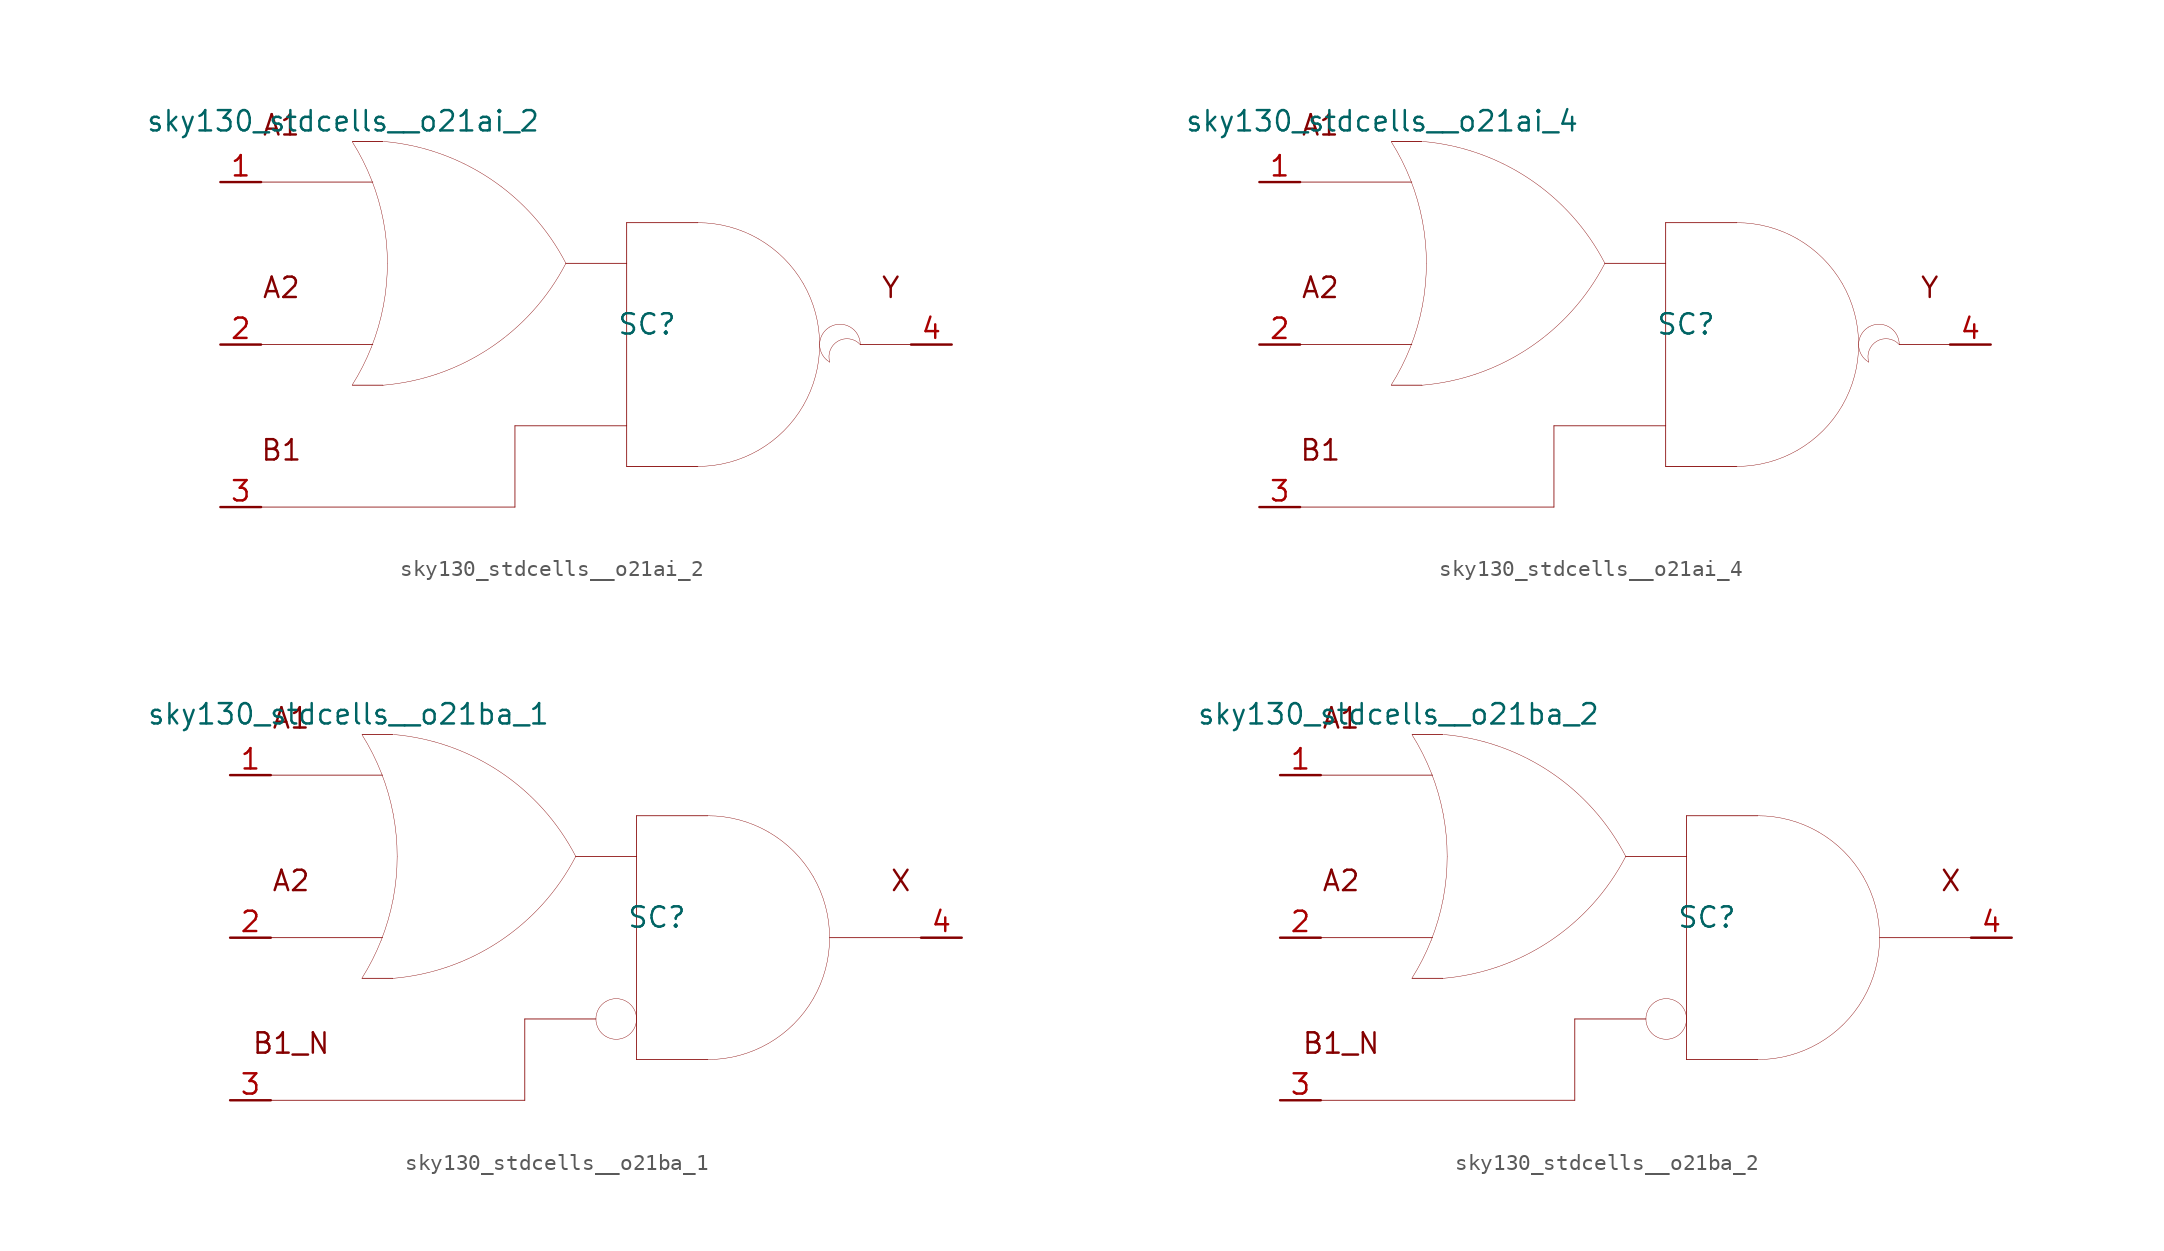
<source format=kicad_sym>
(kicad_symbol_lib
  (version 20211014)
  (generator kicad_symbol_editor)
  (symbol "sky130_stdcells__o21ai_2"
    (pin_names hide)
    (property "Reference" "SC"
      (at 3.81 1.27 0)
      (effects (font (size 1.27 1.27))))
    (property "Value" "sky130_stdcells__o21ai_2"
      (at -2.845 13.97 0)
      (effects (font (size 1.27 1.27)) (justify right)))
    (symbol "sky130_stdcells__o21ai_2_0_0"
      (arc (start -14.6255 -2.5342) (mid -13.968 -1.378) (end -13.4212 -0.1656) (stroke (width 0.0254) (type default) (color 0 0 0 0)) (fill (type none)))
      (arc (start -13.4212 -0.1656) (mid -12.9863 1.1045) (end -12.673 2.4099) (stroke (width 0.0254) (type default) (color 0 0 0 0)) (fill (type none)))
      (arc (start -13.403 10.2793) (mid -13.9512 11.5048) (end -14.6123 12.6732) (stroke (width 0.0254) (type default) (color 0 0 0 0)) (fill (type none)))
      (arc (start -12.705 -2.5431) (mid -6.011 -0.2186) (end -1.2741 5.0516) (stroke (width 0.0254) (type default) (color 0 0 0 0)) (fill (type none)))
      (arc (start -12.673 2.4099) (mid -12.4838 3.739) (end -12.4206 5.08) (stroke (width 0.0254) (type default) (color 0 0 0 0)) (fill (type none)))
      (arc (start -12.6684 7.7256) (mid -12.9761 9.0196) (end -13.403 10.2793) (stroke (width 0.0254) (type default) (color 0 0 0 0)) (fill (type none)))
      (arc (start -12.4206 5.08) (mid -12.4827 6.4086) (end -12.6684 7.7256) (stroke (width 0.0254) (type default) (color 0 0 0 0)) (fill (type none)))
      (arc (start -1.2513 5.0644) (mid -5.9698 10.351) (end -12.6556 12.6989) (stroke (width 0.0254) (type default) (color 0 0 0 0)) (fill (type none)))
      (polyline (pts (xy -20.32 -10.16) (xy -4.445 -10.16)) (stroke (width 0.051) (type default) (color 0 0 0 0)) (fill (type none)))
      (polyline (pts (xy -20.32 0) (xy -13.335 0)) (stroke (width 0.051) (type default) (color 0 0 0 0)) (fill (type none)))
      (polyline (pts (xy -20.32 10.16) (xy -13.335 10.16)) (stroke (width 0.051) (type default) (color 0 0 0 0)) (fill (type none)))
      (polyline (pts (xy -14.605 -2.54) (xy -12.7 -2.54)) (stroke (width 0.051) (type default) (color 0 0 0 0)) (fill (type none)))
      (polyline (pts (xy -14.605 12.7) (xy -12.7 12.7)) (stroke (width 0.051) (type default) (color 0 0 0 0)) (fill (type none)))
      (polyline (pts (xy -4.445 -5.08) (xy -4.445 -10.16)) (stroke (width 0.051) (type default) (color 0 0 0 0)) (fill (type none)))
      (polyline (pts (xy -4.445 -5.08) (xy 2.54 -5.08)) (stroke (width 0.051) (type default) (color 0 0 0 0)) (fill (type none)))
      (polyline (pts (xy -1.27 5.08) (xy 2.54 5.08)) (stroke (width 0.051) (type default) (color 0 0 0 0)) (fill (type none)))
      (polyline (pts (xy 2.54 -7.62) (xy 6.985 -7.62)) (stroke (width 0.051) (type default) (color 0 0 0 0)) (fill (type none)))
      (polyline (pts (xy 2.54 7.62) (xy 2.54 -7.62)) (stroke (width 0.051) (type default) (color 0 0 0 0)) (fill (type none)))
      (polyline (pts (xy 2.54 7.62) (xy 6.985 7.62)) (stroke (width 0.051) (type default) (color 0 0 0 0)) (fill (type none)))
      (polyline (pts (xy 17.145 0) (xy 20.32 0)) (stroke (width 0.051) (type default) (color 0 0 0 0)) (fill (type none)))
      (arc (start 6.985 -7.62) (mid 8.9572 -7.3604) (end 10.795 -6.5991) (stroke (width 0.0254) (type default) (color 0 0 0 0)) (fill (type none)))
      (arc (start 10.795 -6.5991) (mid 12.3731 -5.3881) (end 13.5841 -3.81) (stroke (width 0.0254) (type default) (color 0 0 0 0)) (fill (type none)))
      (arc (start 10.795 6.5991) (mid 8.9572 7.3603) (end 6.985 7.62) (stroke (width 0.0254) (type default) (color 0 0 0 0)) (fill (type none)))
      (arc (start 13.5841 -3.81) (mid 14.3453 -1.9722) (end 14.605 0) (stroke (width 0.0254) (type default) (color 0 0 0 0)) (fill (type none)))
      (arc (start 13.5841 3.81) (mid 12.3731 5.3881) (end 10.795 6.5991) (stroke (width 0.0254) (type default) (color 0 0 0 0)) (fill (type none)))
      (arc (start 14.605 0) (mid 14.3454 1.9722) (end 13.5841 3.81) (stroke (width 0.0254) (type default) (color 0 0 0 0)) (fill (type none)))
      (arc (start 15.24 1.0999) (mid 14.605 0) (end 15.24 -1.0999) (stroke (width 0.0254) (type default) (color 0 0 0 0)) (fill (type none)))
      (arc (start 17.145 0) (mid 15.2881 0.4743) (end 15.24 -1.0999) (stroke (width 0.0254) (type default) (color 0 0 0 0)) (fill (type none)))
      (arc (start 17.145 0) (mid 16.51 1.0998) (end 15.24 1.0999) (stroke (width 0.0254) (type default) (color 0 0 0 0)) (fill (type none)))
      (text "A1" (at -19.05 13.716 0) (effects (font (size 1.27 1.27))))
      (text "A2" (at -19.05 3.556 0) (effects (font (size 1.27 1.27))))
      (text "B1" (at -19.05 -6.604 0) (effects (font (size 1.27 1.27))))
      (text "Y" (at 19.05 3.556 0) (effects (font (size 1.27 1.27)))))
    (symbol "sky130_stdcells__o21ai_2_1_1"
      (pin input line (at -22.86 10.16 0) (length 2.54) (name "A1" (effects (font (size 1.092 1.092)))) (number "1" (effects (font (size 1.27 1.27)))))
      (pin input line (at -22.86 0 0) (length 2.54) (name "A2" (effects (font (size 1.092 1.092)))) (number "2" (effects (font (size 1.27 1.27)))))
      (pin input line (at -22.86 -10.16 0) (length 2.54) (name "B1" (effects (font (size 1.092 1.092)))) (number "3" (effects (font (size 1.27 1.27)))))
      (pin output line (at 22.86 0 180) (length 2.54) (name "Y" (effects (font (size 1.092 1.092)))) (number "4" (effects (font (size 1.27 1.27)))))))
  (symbol "sky130_stdcells__o21ai_4"
    (pin_names hide)
    (property "Reference" "SC"
      (at 3.81 1.27 0)
      (effects (font (size 1.27 1.27))))
    (property "Value" "sky130_stdcells__o21ai_4"
      (at -2.845 13.97 0)
      (effects (font (size 1.27 1.27)) (justify right)))
    (symbol "sky130_stdcells__o21ai_4_0_0"
      (arc (start -14.6255 -2.5342) (mid -13.968 -1.378) (end -13.4212 -0.1656) (stroke (width 0.0254) (type default) (color 0 0 0 0)) (fill (type none)))
      (arc (start -13.4212 -0.1656) (mid -12.9863 1.1045) (end -12.673 2.4099) (stroke (width 0.0254) (type default) (color 0 0 0 0)) (fill (type none)))
      (arc (start -13.403 10.2793) (mid -13.9512 11.5048) (end -14.6123 12.6732) (stroke (width 0.0254) (type default) (color 0 0 0 0)) (fill (type none)))
      (arc (start -12.705 -2.5431) (mid -6.011 -0.2186) (end -1.2741 5.0516) (stroke (width 0.0254) (type default) (color 0 0 0 0)) (fill (type none)))
      (arc (start -12.673 2.4099) (mid -12.4838 3.739) (end -12.4206 5.08) (stroke (width 0.0254) (type default) (color 0 0 0 0)) (fill (type none)))
      (arc (start -12.6684 7.7256) (mid -12.9761 9.0196) (end -13.403 10.2793) (stroke (width 0.0254) (type default) (color 0 0 0 0)) (fill (type none)))
      (arc (start -12.4206 5.08) (mid -12.4827 6.4086) (end -12.6684 7.7256) (stroke (width 0.0254) (type default) (color 0 0 0 0)) (fill (type none)))
      (arc (start -1.2513 5.0644) (mid -5.9698 10.351) (end -12.6556 12.6989) (stroke (width 0.0254) (type default) (color 0 0 0 0)) (fill (type none)))
      (polyline (pts (xy -20.32 -10.16) (xy -4.445 -10.16)) (stroke (width 0.051) (type default) (color 0 0 0 0)) (fill (type none)))
      (polyline (pts (xy -20.32 0) (xy -13.335 0)) (stroke (width 0.051) (type default) (color 0 0 0 0)) (fill (type none)))
      (polyline (pts (xy -20.32 10.16) (xy -13.335 10.16)) (stroke (width 0.051) (type default) (color 0 0 0 0)) (fill (type none)))
      (polyline (pts (xy -14.605 -2.54) (xy -12.7 -2.54)) (stroke (width 0.051) (type default) (color 0 0 0 0)) (fill (type none)))
      (polyline (pts (xy -14.605 12.7) (xy -12.7 12.7)) (stroke (width 0.051) (type default) (color 0 0 0 0)) (fill (type none)))
      (polyline (pts (xy -4.445 -5.08) (xy -4.445 -10.16)) (stroke (width 0.051) (type default) (color 0 0 0 0)) (fill (type none)))
      (polyline (pts (xy -4.445 -5.08) (xy 2.54 -5.08)) (stroke (width 0.051) (type default) (color 0 0 0 0)) (fill (type none)))
      (polyline (pts (xy -1.27 5.08) (xy 2.54 5.08)) (stroke (width 0.051) (type default) (color 0 0 0 0)) (fill (type none)))
      (polyline (pts (xy 2.54 -7.62) (xy 6.985 -7.62)) (stroke (width 0.051) (type default) (color 0 0 0 0)) (fill (type none)))
      (polyline (pts (xy 2.54 7.62) (xy 2.54 -7.62)) (stroke (width 0.051) (type default) (color 0 0 0 0)) (fill (type none)))
      (polyline (pts (xy 2.54 7.62) (xy 6.985 7.62)) (stroke (width 0.051) (type default) (color 0 0 0 0)) (fill (type none)))
      (polyline (pts (xy 17.145 0) (xy 20.32 0)) (stroke (width 0.051) (type default) (color 0 0 0 0)) (fill (type none)))
      (arc (start 6.985 -7.62) (mid 8.9572 -7.3604) (end 10.795 -6.5991) (stroke (width 0.0254) (type default) (color 0 0 0 0)) (fill (type none)))
      (arc (start 10.795 -6.5991) (mid 12.3731 -5.3881) (end 13.5841 -3.81) (stroke (width 0.0254) (type default) (color 0 0 0 0)) (fill (type none)))
      (arc (start 10.795 6.5991) (mid 8.9572 7.3603) (end 6.985 7.62) (stroke (width 0.0254) (type default) (color 0 0 0 0)) (fill (type none)))
      (arc (start 13.5841 -3.81) (mid 14.3453 -1.9722) (end 14.605 0) (stroke (width 0.0254) (type default) (color 0 0 0 0)) (fill (type none)))
      (arc (start 13.5841 3.81) (mid 12.3731 5.3881) (end 10.795 6.5991) (stroke (width 0.0254) (type default) (color 0 0 0 0)) (fill (type none)))
      (arc (start 14.605 0) (mid 14.3454 1.9722) (end 13.5841 3.81) (stroke (width 0.0254) (type default) (color 0 0 0 0)) (fill (type none)))
      (arc (start 15.24 1.0999) (mid 14.605 0) (end 15.24 -1.0999) (stroke (width 0.0254) (type default) (color 0 0 0 0)) (fill (type none)))
      (arc (start 17.145 0) (mid 15.2881 0.4743) (end 15.24 -1.0999) (stroke (width 0.0254) (type default) (color 0 0 0 0)) (fill (type none)))
      (arc (start 17.145 0) (mid 16.51 1.0998) (end 15.24 1.0999) (stroke (width 0.0254) (type default) (color 0 0 0 0)) (fill (type none)))
      (text "A1" (at -19.05 13.716 0) (effects (font (size 1.27 1.27))))
      (text "A2" (at -19.05 3.556 0) (effects (font (size 1.27 1.27))))
      (text "B1" (at -19.05 -6.604 0) (effects (font (size 1.27 1.27))))
      (text "Y" (at 19.05 3.556 0) (effects (font (size 1.27 1.27)))))
    (symbol "sky130_stdcells__o21ai_4_1_1"
      (pin input line (at -22.86 10.16 0) (length 2.54) (name "A1" (effects (font (size 1.092 1.092)))) (number "1" (effects (font (size 1.27 1.27)))))
      (pin input line (at -22.86 0 0) (length 2.54) (name "A2" (effects (font (size 1.092 1.092)))) (number "2" (effects (font (size 1.27 1.27)))))
      (pin input line (at -22.86 -10.16 0) (length 2.54) (name "B1" (effects (font (size 1.092 1.092)))) (number "3" (effects (font (size 1.27 1.27)))))
      (pin output line (at 22.86 0 180) (length 2.54) (name "Y" (effects (font (size 1.092 1.092)))) (number "4" (effects (font (size 1.27 1.27)))))))
  (symbol "sky130_stdcells__o21ba_1"
    (pin_names hide)
    (property "Reference" "SC"
      (at 3.81 1.27 0)
      (effects (font (size 1.27 1.27))))
    (property "Value" "sky130_stdcells__o21ba_1"
      (at -2.845 13.97 0)
      (effects (font (size 1.27 1.27)) (justify right)))
    (symbol "sky130_stdcells__o21ba_1_0_0"
      (arc (start -14.6255 -2.5342) (mid -13.968 -1.378) (end -13.4212 -0.1656) (stroke (width 0.0254) (type default) (color 0 0 0 0)) (fill (type none)))
      (arc (start -13.4212 -0.1656) (mid -12.9863 1.1045) (end -12.673 2.4099) (stroke (width 0.0254) (type default) (color 0 0 0 0)) (fill (type none)))
      (arc (start -13.403 10.2793) (mid -13.9512 11.5048) (end -14.6123 12.6732) (stroke (width 0.0254) (type default) (color 0 0 0 0)) (fill (type none)))
      (arc (start -12.705 -2.5431) (mid -6.011 -0.2186) (end -1.2741 5.0516) (stroke (width 0.0254) (type default) (color 0 0 0 0)) (fill (type none)))
      (arc (start -12.673 2.4099) (mid -12.4838 3.739) (end -12.4206 5.08) (stroke (width 0.0254) (type default) (color 0 0 0 0)) (fill (type none)))
      (arc (start -12.6684 7.7256) (mid -12.9761 9.0196) (end -13.403 10.2793) (stroke (width 0.0254) (type default) (color 0 0 0 0)) (fill (type none)))
      (arc (start -12.4206 5.08) (mid -12.4827 6.4086) (end -12.6684 7.7256) (stroke (width 0.0254) (type default) (color 0 0 0 0)) (fill (type none)))
      (arc (start -1.2513 5.0644) (mid -5.9698 10.351) (end -12.6556 12.6989) (stroke (width 0.0254) (type default) (color 0 0 0 0)) (fill (type none)))
      (polyline (pts (xy -20.32 -10.16) (xy -4.445 -10.16)) (stroke (width 0.051) (type default) (color 0 0 0 0)) (fill (type none)))
      (polyline (pts (xy -20.32 0) (xy -13.335 0)) (stroke (width 0.051) (type default) (color 0 0 0 0)) (fill (type none)))
      (polyline (pts (xy -20.32 10.16) (xy -13.335 10.16)) (stroke (width 0.051) (type default) (color 0 0 0 0)) (fill (type none)))
      (polyline (pts (xy -14.605 -2.54) (xy -12.7 -2.54)) (stroke (width 0.051) (type default) (color 0 0 0 0)) (fill (type none)))
      (polyline (pts (xy -14.605 12.7) (xy -12.7 12.7)) (stroke (width 0.051) (type default) (color 0 0 0 0)) (fill (type none)))
      (polyline (pts (xy -4.445 -5.08) (xy -4.445 -10.16)) (stroke (width 0.051) (type default) (color 0 0 0 0)) (fill (type none)))
      (polyline (pts (xy -4.445 -5.08) (xy 0 -5.08)) (stroke (width 0.051) (type default) (color 0 0 0 0)) (fill (type none)))
      (polyline (pts (xy -1.27 5.08) (xy 2.54 5.08)) (stroke (width 0.051) (type default) (color 0 0 0 0)) (fill (type none)))
      (polyline (pts (xy 2.54 -7.62) (xy 6.985 -7.62)) (stroke (width 0.051) (type default) (color 0 0 0 0)) (fill (type none)))
      (polyline (pts (xy 2.54 7.62) (xy 2.54 -7.62)) (stroke (width 0.051) (type default) (color 0 0 0 0)) (fill (type none)))
      (polyline (pts (xy 2.54 7.62) (xy 6.985 7.62)) (stroke (width 0.051) (type default) (color 0 0 0 0)) (fill (type none)))
      (polyline (pts (xy 14.605 0) (xy 20.32 0)) (stroke (width 0.051) (type default) (color 0 0 0 0)) (fill (type none)))
      (arc (start 0.635 -6.1799) (mid 1.905 -6.1799) (end 2.54 -5.08) (stroke (width 0.0254) (type default) (color 0 0 0 0)) (fill (type none)))
      (arc (start 0.635 -3.9801) (mid 0 -5.08) (end 0.635 -6.1799) (stroke (width 0.0254) (type default) (color 0 0 0 0)) (fill (type none)))
      (arc (start 2.54 -5.08) (mid 1.905 -3.9802) (end 0.635 -3.9801) (stroke (width 0.0254) (type default) (color 0 0 0 0)) (fill (type none)))
      (arc (start 6.985 -7.62) (mid 8.9572 -7.3604) (end 10.795 -6.5991) (stroke (width 0.0254) (type default) (color 0 0 0 0)) (fill (type none)))
      (arc (start 10.795 -6.5991) (mid 12.3731 -5.3881) (end 13.5841 -3.81) (stroke (width 0.0254) (type default) (color 0 0 0 0)) (fill (type none)))
      (arc (start 10.795 6.5991) (mid 8.9572 7.3603) (end 6.985 7.62) (stroke (width 0.0254) (type default) (color 0 0 0 0)) (fill (type none)))
      (arc (start 13.5841 -3.81) (mid 14.3453 -1.9722) (end 14.605 0) (stroke (width 0.0254) (type default) (color 0 0 0 0)) (fill (type none)))
      (arc (start 13.5841 3.81) (mid 12.3731 5.3881) (end 10.795 6.5991) (stroke (width 0.0254) (type default) (color 0 0 0 0)) (fill (type none)))
      (arc (start 14.605 0) (mid 14.3454 1.9722) (end 13.5841 3.81) (stroke (width 0.0254) (type default) (color 0 0 0 0)) (fill (type none)))
      (text "A1" (at -19.05 13.716 0) (effects (font (size 1.27 1.27))))
      (text "A2" (at -19.05 3.556 0) (effects (font (size 1.27 1.27))))
      (text "B1_N" (at -19.05 -6.604 0) (effects (font (size 1.27 1.27))))
      (text "X" (at 19.05 3.556 0) (effects (font (size 1.27 1.27)))))
    (symbol "sky130_stdcells__o21ba_1_1_1"
      (pin input line (at -22.86 10.16 0) (length 2.54) (name "A1" (effects (font (size 1.092 1.092)))) (number "1" (effects (font (size 1.27 1.27)))))
      (pin input line (at -22.86 0 0) (length 2.54) (name "A2" (effects (font (size 1.092 1.092)))) (number "2" (effects (font (size 1.27 1.27)))))
      (pin input line (at -22.86 -10.16 0) (length 2.54) (name "B1_N" (effects (font (size 1.092 1.092)))) (number "3" (effects (font (size 1.27 1.27)))))
      (pin output line (at 22.86 0 180) (length 2.54) (name "X" (effects (font (size 1.092 1.092)))) (number "4" (effects (font (size 1.27 1.27)))))))
  (symbol "sky130_stdcells__o21ba_2"
    (pin_names hide)
    (property "Reference" "SC"
      (at 3.81 1.27 0)
      (effects (font (size 1.27 1.27))))
    (property "Value" "sky130_stdcells__o21ba_2"
      (at -2.845 13.97 0)
      (effects (font (size 1.27 1.27)) (justify right)))
    (symbol "sky130_stdcells__o21ba_2_0_0"
      (arc (start -14.6255 -2.5342) (mid -13.968 -1.378) (end -13.4212 -0.1656) (stroke (width 0.0254) (type default) (color 0 0 0 0)) (fill (type none)))
      (arc (start -13.4212 -0.1656) (mid -12.9863 1.1045) (end -12.673 2.4099) (stroke (width 0.0254) (type default) (color 0 0 0 0)) (fill (type none)))
      (arc (start -13.403 10.2793) (mid -13.9512 11.5048) (end -14.6123 12.6732) (stroke (width 0.0254) (type default) (color 0 0 0 0)) (fill (type none)))
      (arc (start -12.705 -2.5431) (mid -6.011 -0.2186) (end -1.2741 5.0516) (stroke (width 0.0254) (type default) (color 0 0 0 0)) (fill (type none)))
      (arc (start -12.673 2.4099) (mid -12.4838 3.739) (end -12.4206 5.08) (stroke (width 0.0254) (type default) (color 0 0 0 0)) (fill (type none)))
      (arc (start -12.6684 7.7256) (mid -12.9761 9.0196) (end -13.403 10.2793) (stroke (width 0.0254) (type default) (color 0 0 0 0)) (fill (type none)))
      (arc (start -12.4206 5.08) (mid -12.4827 6.4086) (end -12.6684 7.7256) (stroke (width 0.0254) (type default) (color 0 0 0 0)) (fill (type none)))
      (arc (start -1.2513 5.0644) (mid -5.9698 10.351) (end -12.6556 12.6989) (stroke (width 0.0254) (type default) (color 0 0 0 0)) (fill (type none)))
      (polyline (pts (xy -20.32 -10.16) (xy -4.445 -10.16)) (stroke (width 0.051) (type default) (color 0 0 0 0)) (fill (type none)))
      (polyline (pts (xy -20.32 0) (xy -13.335 0)) (stroke (width 0.051) (type default) (color 0 0 0 0)) (fill (type none)))
      (polyline (pts (xy -20.32 10.16) (xy -13.335 10.16)) (stroke (width 0.051) (type default) (color 0 0 0 0)) (fill (type none)))
      (polyline (pts (xy -14.605 -2.54) (xy -12.7 -2.54)) (stroke (width 0.051) (type default) (color 0 0 0 0)) (fill (type none)))
      (polyline (pts (xy -14.605 12.7) (xy -12.7 12.7)) (stroke (width 0.051) (type default) (color 0 0 0 0)) (fill (type none)))
      (polyline (pts (xy -4.445 -5.08) (xy -4.445 -10.16)) (stroke (width 0.051) (type default) (color 0 0 0 0)) (fill (type none)))
      (polyline (pts (xy -4.445 -5.08) (xy 0 -5.08)) (stroke (width 0.051) (type default) (color 0 0 0 0)) (fill (type none)))
      (polyline (pts (xy -1.27 5.08) (xy 2.54 5.08)) (stroke (width 0.051) (type default) (color 0 0 0 0)) (fill (type none)))
      (polyline (pts (xy 2.54 -7.62) (xy 6.985 -7.62)) (stroke (width 0.051) (type default) (color 0 0 0 0)) (fill (type none)))
      (polyline (pts (xy 2.54 7.62) (xy 2.54 -7.62)) (stroke (width 0.051) (type default) (color 0 0 0 0)) (fill (type none)))
      (polyline (pts (xy 2.54 7.62) (xy 6.985 7.62)) (stroke (width 0.051) (type default) (color 0 0 0 0)) (fill (type none)))
      (polyline (pts (xy 14.605 0) (xy 20.32 0)) (stroke (width 0.051) (type default) (color 0 0 0 0)) (fill (type none)))
      (arc (start 0.635 -6.1799) (mid 1.905 -6.1799) (end 2.54 -5.08) (stroke (width 0.0254) (type default) (color 0 0 0 0)) (fill (type none)))
      (arc (start 0.635 -3.9801) (mid 0 -5.08) (end 0.635 -6.1799) (stroke (width 0.0254) (type default) (color 0 0 0 0)) (fill (type none)))
      (arc (start 2.54 -5.08) (mid 1.905 -3.9802) (end 0.635 -3.9801) (stroke (width 0.0254) (type default) (color 0 0 0 0)) (fill (type none)))
      (arc (start 6.985 -7.62) (mid 8.9572 -7.3604) (end 10.795 -6.5991) (stroke (width 0.0254) (type default) (color 0 0 0 0)) (fill (type none)))
      (arc (start 10.795 -6.5991) (mid 12.3731 -5.3881) (end 13.5841 -3.81) (stroke (width 0.0254) (type default) (color 0 0 0 0)) (fill (type none)))
      (arc (start 10.795 6.5991) (mid 8.9572 7.3603) (end 6.985 7.62) (stroke (width 0.0254) (type default) (color 0 0 0 0)) (fill (type none)))
      (arc (start 13.5841 -3.81) (mid 14.3453 -1.9722) (end 14.605 0) (stroke (width 0.0254) (type default) (color 0 0 0 0)) (fill (type none)))
      (arc (start 13.5841 3.81) (mid 12.3731 5.3881) (end 10.795 6.5991) (stroke (width 0.0254) (type default) (color 0 0 0 0)) (fill (type none)))
      (arc (start 14.605 0) (mid 14.3454 1.9722) (end 13.5841 3.81) (stroke (width 0.0254) (type default) (color 0 0 0 0)) (fill (type none)))
      (text "A1" (at -19.05 13.716 0) (effects (font (size 1.27 1.27))))
      (text "A2" (at -19.05 3.556 0) (effects (font (size 1.27 1.27))))
      (text "B1_N" (at -19.05 -6.604 0) (effects (font (size 1.27 1.27))))
      (text "X" (at 19.05 3.556 0) (effects (font (size 1.27 1.27)))))
    (symbol "sky130_stdcells__o21ba_2_1_1"
      (pin input line (at -22.86 10.16 0) (length 2.54) (name "A1" (effects (font (size 1.092 1.092)))) (number "1" (effects (font (size 1.27 1.27)))))
      (pin input line (at -22.86 0 0) (length 2.54) (name "A2" (effects (font (size 1.092 1.092)))) (number "2" (effects (font (size 1.27 1.27)))))
      (pin input line (at -22.86 -10.16 0) (length 2.54) (name "B1_N" (effects (font (size 1.092 1.092)))) (number "3" (effects (font (size 1.27 1.27)))))
      (pin output line (at 22.86 0 180) (length 2.54) (name "X" (effects (font (size 1.092 1.092)))) (number "4" (effects (font (size 1.27 1.27))))))))
</source>
